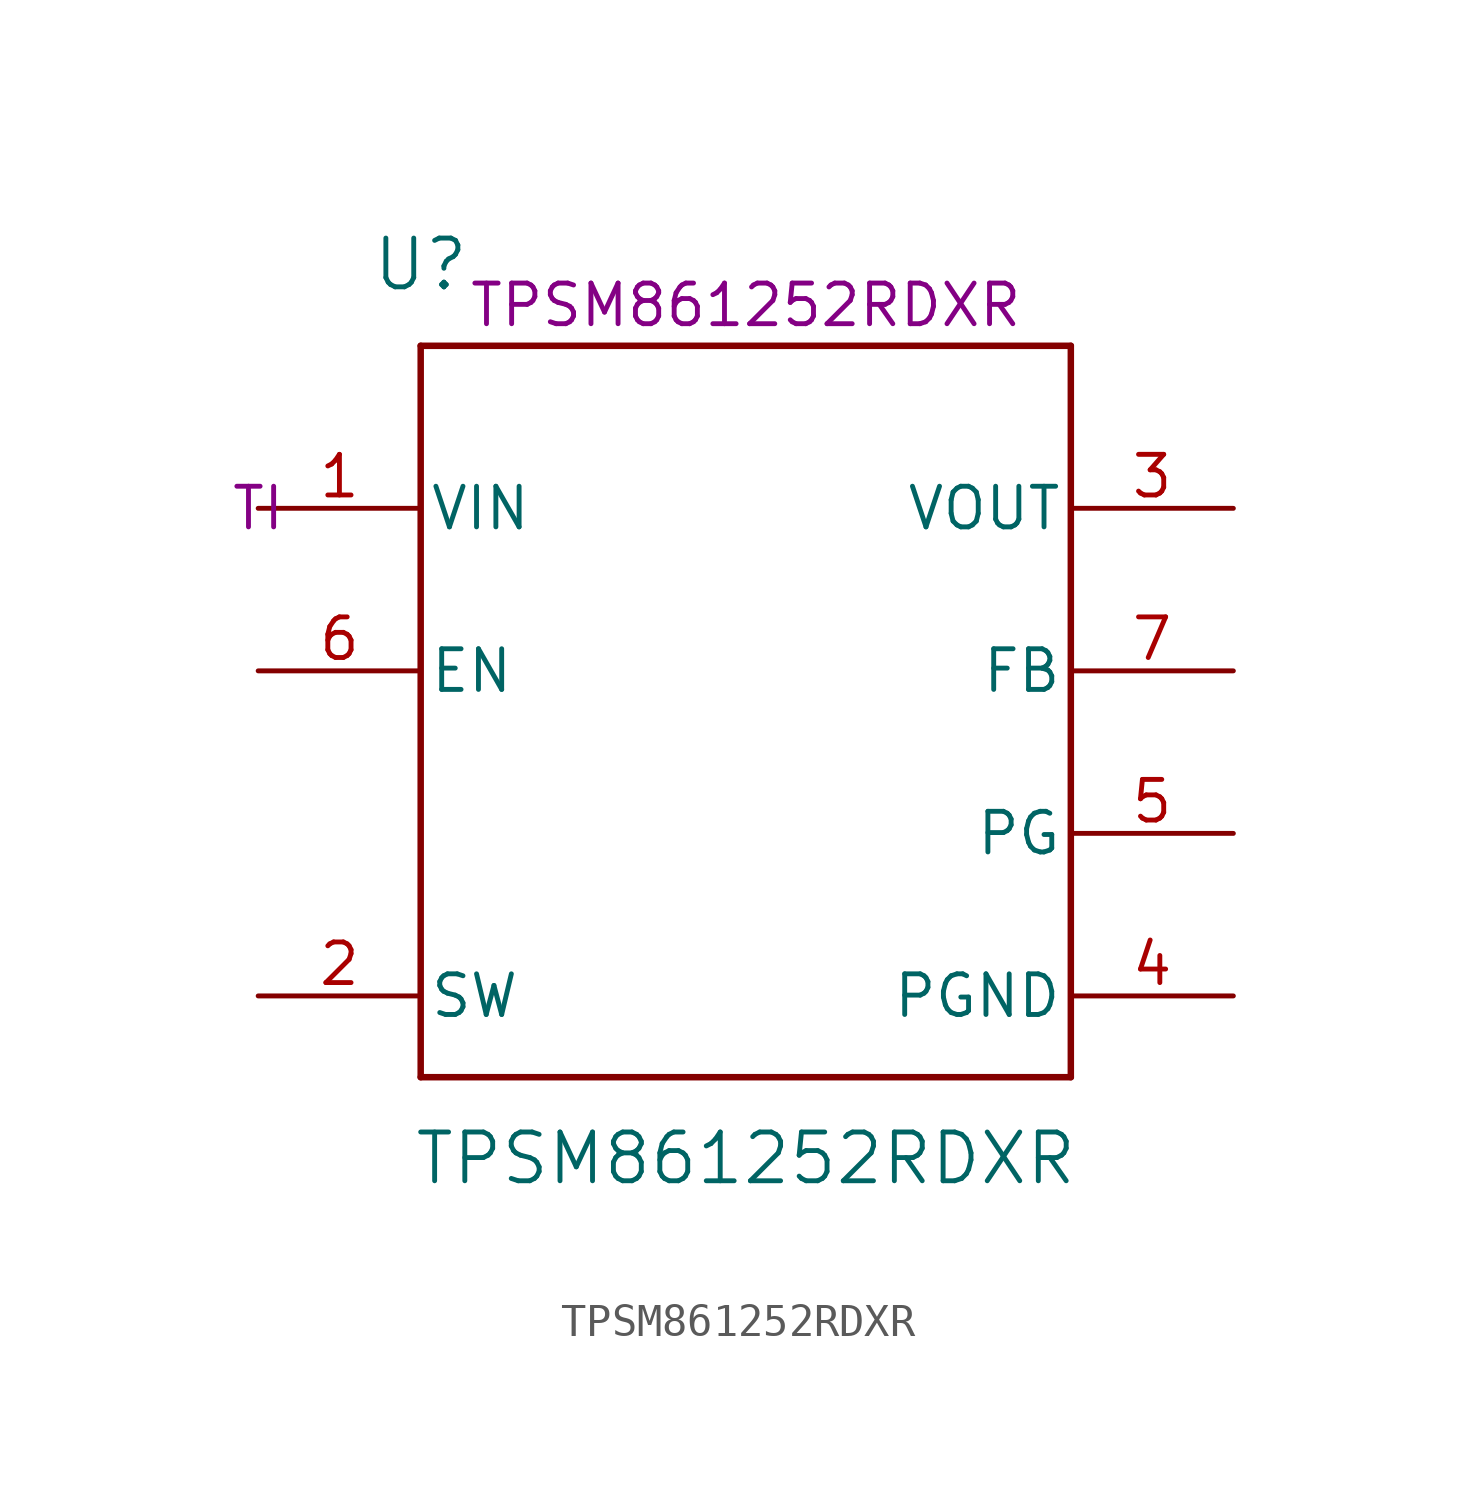
<source format=kicad_sym>
(kicad_symbol_lib
  (version 20220914)
  (generator kicad_symbol_editor)
  (symbol "TPSM861252RDXR"
    (pin_names
      (offset 0.254))
    (property "Reference" "U"
      (at 5.08 7.62 0)
      (effects (font (size 1.524 1.524))))
    (property "Value" "TPSM861252RDXR"
      (at 15.24 -20.32 0)
      (effects (font (size 1.524 1.524))))
    (property "MPN" "TPSM861252RDXR"
      (at 15.24 6.35 0)
      (effects (font (size 1.27 1.27))))
    (property "Manifacturer" "TI"
      (at 0 0 0)
      (effects (font (size 1.27 1.27))))
    (symbol "TPSM861252RDXR_0_1"
      (polyline (pts (xy 5.08 -17.78) (xy 25.4 -17.78)) (stroke (width 0.203) (type default)) (fill (type none)))
      (polyline (pts (xy 5.08 5.08) (xy 5.08 -17.78)) (stroke (width 0.203) (type default)) (fill (type none)))
      (polyline (pts (xy 25.4 -17.78) (xy 25.4 5.08)) (stroke (width 0.203) (type default)) (fill (type none)))
      (polyline (pts (xy 25.4 5.08) (xy 5.08 5.08)) (stroke (width 0.203) (type default)) (fill (type none)))
      (pin power_in line (at 0 0 0) (length 5.08) (name "VIN" (effects (font (size 1.27 1.27)))) (number "1" (effects (font (size 1.27 1.27)))))
      (pin unspecified line (at 0 -15.24 0) (length 5.08) (name "SW" (effects (font (size 1.27 1.27)))) (number "2" (effects (font (size 1.27 1.27)))))
      (pin power_in line (at 30.48 -15.24 180) (length 5.08) (name "PGND" (effects (font (size 1.27 1.27)))) (number "4" (effects (font (size 1.27 1.27)))))
      (pin open_collector line (at 30.48 -10.16 180) (length 5.08) (name "PG" (effects (font (size 1.27 1.27)))) (number "5" (effects (font (size 1.27 1.27)))))
      (pin input line (at 0 -5.08 0) (length 5.08) (name "EN" (effects (font (size 1.27 1.27)))) (number "6" (effects (font (size 1.27 1.27))))))
    (symbol "TPSM861252RDXR_1_1"
      (pin power_out line (at 30.48 0 180) (length 5.08) (name "VOUT" (effects (font (size 1.27 1.27)))) (number "3" (effects (font (size 1.27 1.27)))))
      (pin input line (at 30.48 -5.08 180) (length 5.08) (name "FB" (effects (font (size 1.27 1.27)))) (number "7" (effects (font (size 1.27 1.27))))))))
</source>
